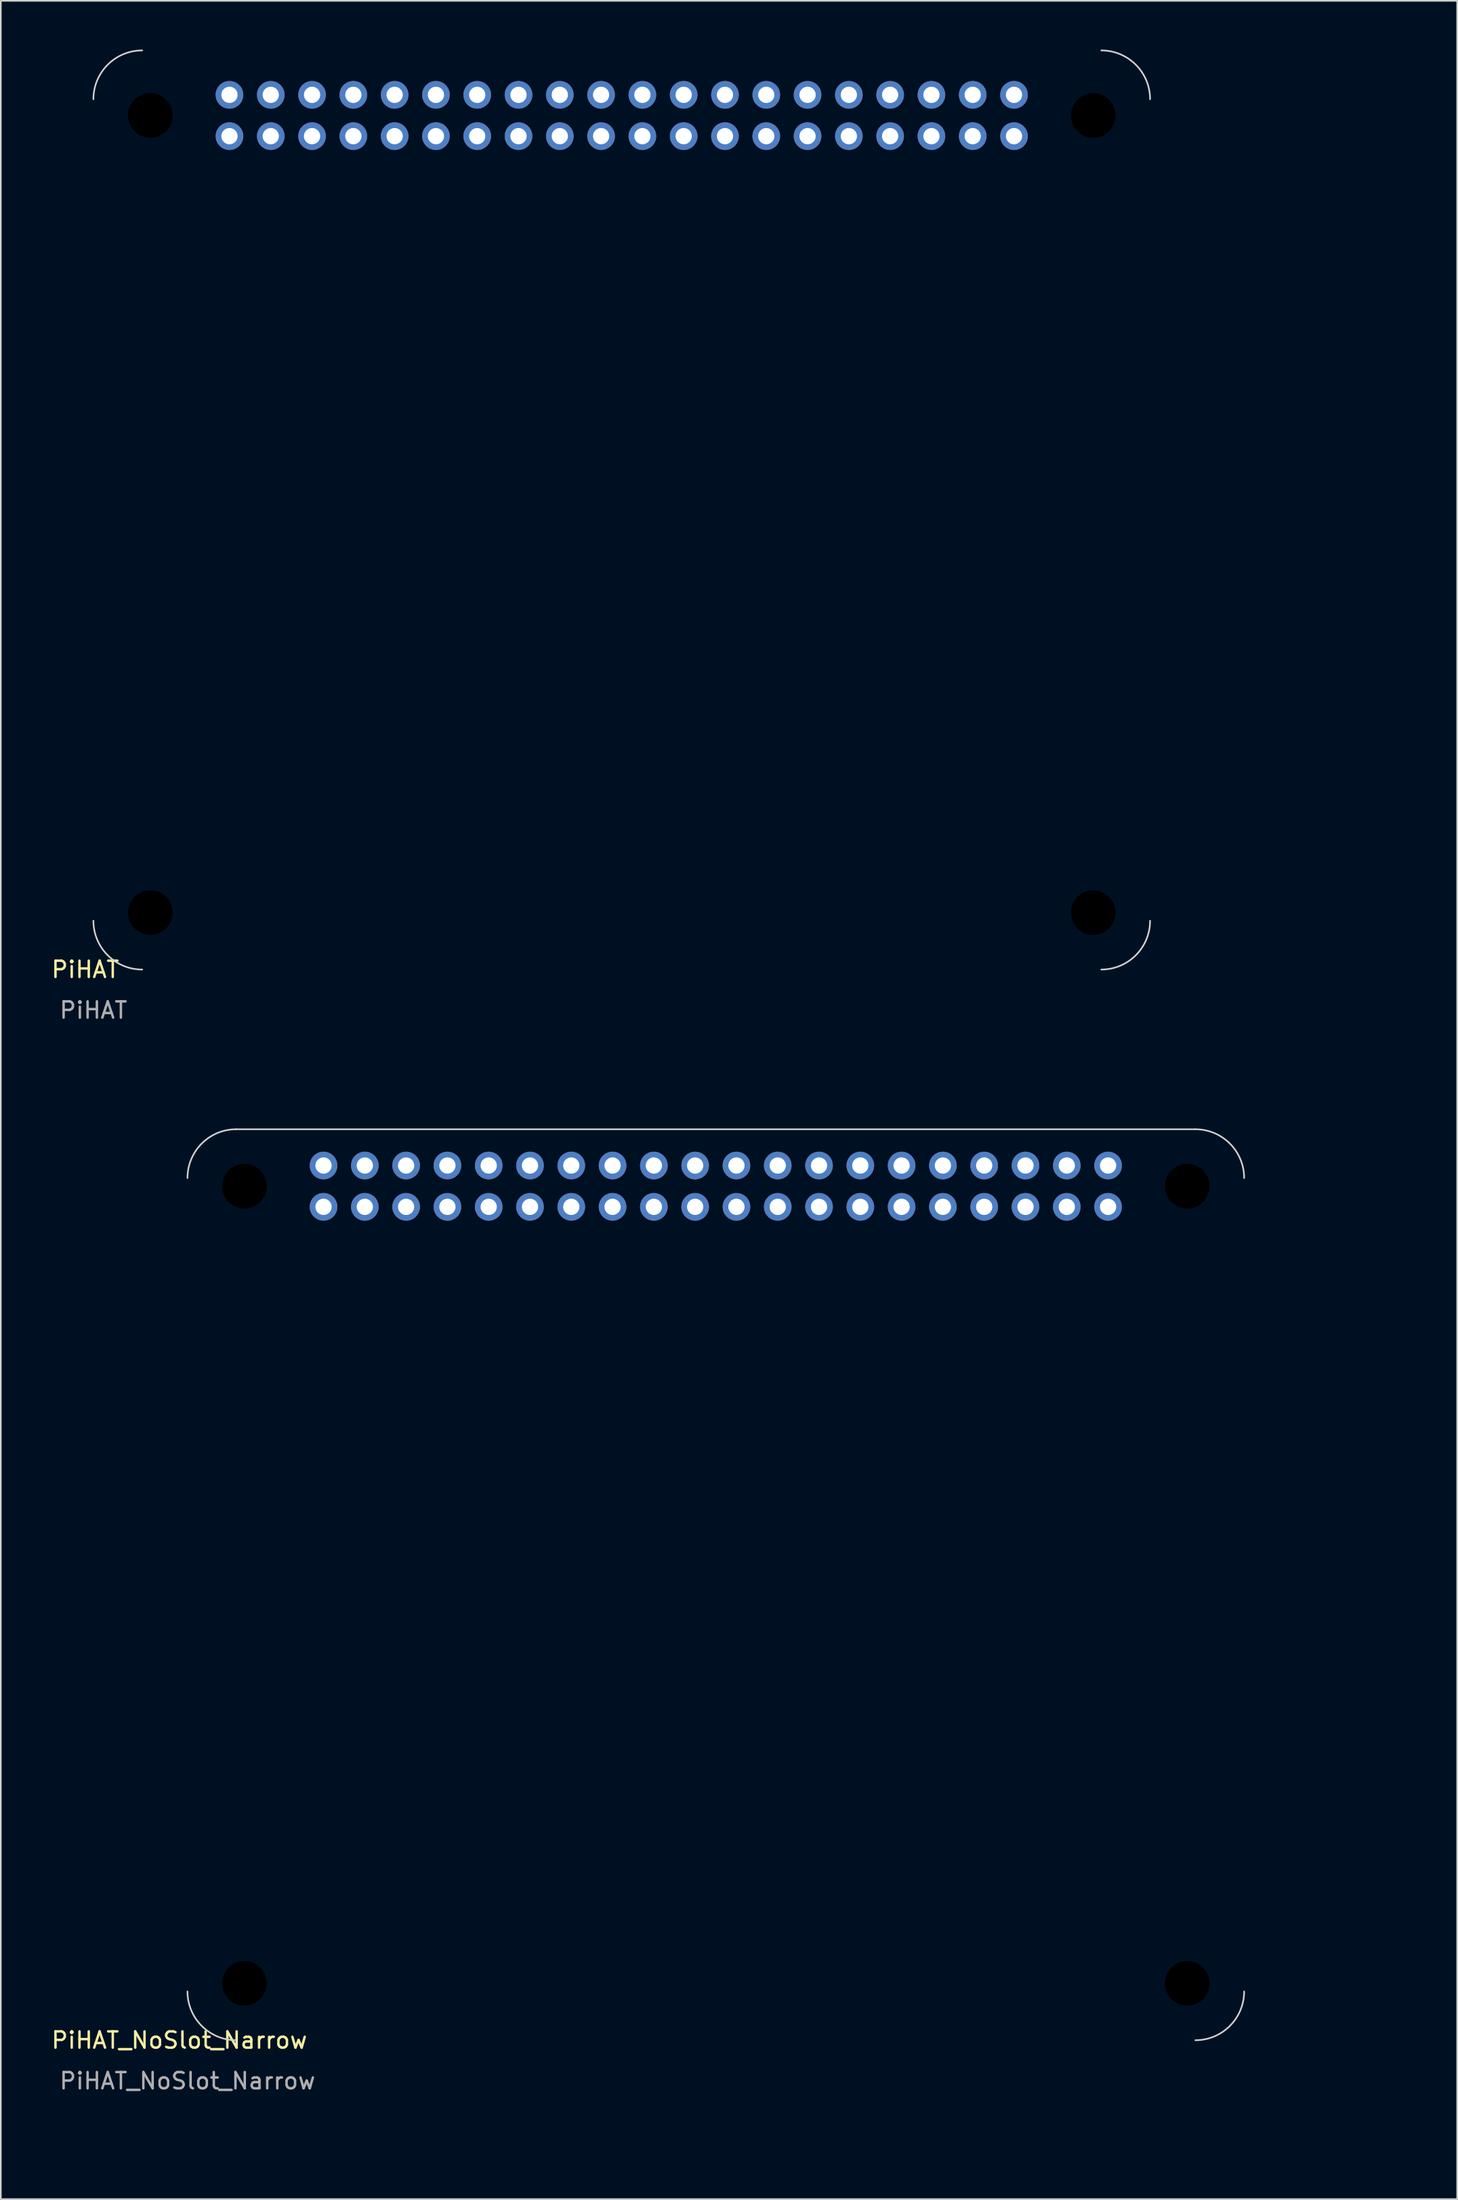
<source format=kicad_pcb>
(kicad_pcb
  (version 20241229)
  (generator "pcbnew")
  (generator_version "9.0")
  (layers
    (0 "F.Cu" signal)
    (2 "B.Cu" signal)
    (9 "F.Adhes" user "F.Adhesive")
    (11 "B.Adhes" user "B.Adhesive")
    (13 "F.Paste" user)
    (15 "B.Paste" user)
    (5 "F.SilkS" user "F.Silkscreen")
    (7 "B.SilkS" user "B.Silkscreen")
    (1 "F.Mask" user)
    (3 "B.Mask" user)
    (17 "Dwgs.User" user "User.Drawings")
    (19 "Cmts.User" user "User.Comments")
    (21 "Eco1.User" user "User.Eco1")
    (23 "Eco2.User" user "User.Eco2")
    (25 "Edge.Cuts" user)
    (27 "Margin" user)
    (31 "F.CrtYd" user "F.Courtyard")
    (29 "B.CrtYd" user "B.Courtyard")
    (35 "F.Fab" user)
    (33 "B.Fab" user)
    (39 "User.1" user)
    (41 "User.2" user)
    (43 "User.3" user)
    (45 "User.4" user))
  (footprint "PiHAT"
    (layer "F.Cu")
    (at 9.796 4.05)
    (property "Reference" "PiHAT" (at -7.6 52.5 0) (unlocked yes) (layer "F.SilkS") (effects (font (size 1 1) (thickness 0.15))))
    (attr through_hole)
    (fp_arc (start -7.1 -1) (mid -6.22132 -3.12132) (end -4.1 -4) (stroke (width 0.1) (type solid)) (layer "Edge.Cuts"))
    (fp_arc (start -4.1 52.5) (mid -6.22132 51.62132) (end -7.1 49.5) (stroke (width 0.1) (type solid)) (layer "Edge.Cuts"))
    (fp_arc (start 54.9 -4) (mid 57.02132 -3.12132) (end 57.9 -1) (stroke (width 0.1) (type solid)) (layer "Edge.Cuts"))
    (fp_arc (start 57.9 49.5) (mid 57.02132 51.62132) (end 54.9 52.5) (stroke (width 0.1) (type solid)) (layer "Edge.Cuts"))
    (fp_line (start -6.1 33) (end -3.1 33) (stroke (width 0.1) (type solid)) (layer "User.1"))
    (fp_line (start -3.1 16) (end -6.1 16) (stroke (width 0.1) (type solid)) (layer "User.1"))
    (fp_line (start -2.1 32) (end -2.1 17) (stroke (width 0.1) (type solid)) (layer "User.1"))
    (fp_line (start 37.9 33.5) (end 37.9 48.5) (stroke (width 2) (type solid)) (layer "User.1"))
    (fp_arc (start -7.1 34) (mid -6.807107 33.292894) (end -6.1 33) (stroke (width 0.1) (type solid)) (layer "User.1"))
    (fp_arc (start -6.1 16) (mid -6.807106 15.707107) (end -7.1 15) (stroke (width 0.1) (type solid)) (layer "User.1"))
    (fp_arc (start -3.1 16) (mid -2.392894 16.292893) (end -2.1 17) (stroke (width 0.1) (type solid)) (layer "User.1"))
    (fp_arc (start -2.1 32) (mid -2.392893 32.707106) (end -3.1 33) (stroke (width 0.1) (type solid)) (layer "User.1"))
    (fp_poly (pts (xy 56.94 8.68) (xy 51.86 8.68) (xy 51.86 3.6) (xy 56.94 3.6)) (stroke (width 0.12) (type solid)) (fill no) (layer "User.1"))
    (fp_text user "${REFERENCE}" (at -7.1 55 0) (unlocked yes) (layer "F.Fab") (effects (font (size 1 1) (thickness 0.15))))
    (fp_text user "Camera slot NPTH Mechanical Oval" (at 50.8 53.34 0) (unlocked yes) (layer "User.1") (effects (font (size 1 1) (thickness 0.15))))
    (fp_text user "w 2mm h 17mm" (at 45.72 58.42 0) (unlocked yes) (layer "User.1") (effects (font (size 1 1) (thickness 0.15))))
    (fp_text user "POE header" (at 63.5 5.08 0) (unlocked yes) (layer "User.1") (effects (font (size 1 1) (thickness 0.15))))
    (fp_text user "x 37.9mm y 41mm" (at 45.72 55.88 0) (unlocked yes) (layer "User.1") (effects (font (size 1 1) (thickness 0.15))))
    (pad "" np_thru_hole circle (at -3.6 0) (size 6.2 6.2) (drill 2.75) (layers "*.Mask"))
    (pad "" np_thru_hole circle (at -3.6 49) (size 6.2 6.2) (drill 2.75) (layers "*.Mask"))
    (pad "" np_thru_hole circle (at 54.4 0) (size 6.2 6.2) (drill 2.75) (layers "*.Mask"))
    (pad "" np_thru_hole circle (at 54.4 49) (size 6.2 6.2) (drill 2.75) (layers "*.Mask"))
    (pad "1" thru_hole circle (at 1.27 1.27) (size 1.7 1.7) (drill 1) (layers "*.Cu" "*.Mask"))
    (pad "2" thru_hole circle (at 1.27 -1.27) (size 1.7 1.7) (drill 1) (layers "*.Cu" "*.Mask"))
    (pad "3" thru_hole circle (at 3.81 1.27) (size 1.7 1.7) (drill 1) (layers "*.Cu" "*.Mask"))
    (pad "4" thru_hole circle (at 3.81 -1.27) (size 1.7 1.7) (drill 1) (layers "*.Cu" "*.Mask"))
    (pad "5" thru_hole circle (at 6.35 1.27) (size 1.7 1.7) (drill 1) (layers "*.Cu" "*.Mask"))
    (pad "6" thru_hole circle (at 6.35 -1.27) (size 1.7 1.7) (drill 1) (layers "*.Cu" "*.Mask"))
    (pad "7" thru_hole circle (at 8.89 1.27) (size 1.7 1.7) (drill 1) (layers "*.Cu" "*.Mask"))
    (pad "8" thru_hole circle (at 8.89 -1.27) (size 1.7 1.7) (drill 1) (layers "*.Cu" "*.Mask"))
    (pad "9" thru_hole circle (at 11.43 1.27) (size 1.7 1.7) (drill 1) (layers "*.Cu" "*.Mask"))
    (pad "10" thru_hole circle (at 11.43 -1.27) (size 1.7 1.7) (drill 1) (layers "*.Cu" "*.Mask"))
    (pad "11" thru_hole circle (at 13.97 1.27) (size 1.7 1.7) (drill 1) (layers "*.Cu" "*.Mask"))
    (pad "12" thru_hole circle (at 13.97 -1.27) (size 1.7 1.7) (drill 1) (layers "*.Cu" "*.Mask"))
    (pad "13" thru_hole circle (at 16.51 1.27) (size 1.7 1.7) (drill 1) (layers "*.Cu" "*.Mask"))
    (pad "14" thru_hole circle (at 16.51 -1.27) (size 1.7 1.7) (drill 1) (layers "*.Cu" "*.Mask"))
    (pad "15" thru_hole circle (at 19.05 1.27) (size 1.7 1.7) (drill 1) (layers "*.Cu" "*.Mask"))
    (pad "16" thru_hole circle (at 19.05 -1.27) (size 1.7 1.7) (drill 1) (layers "*.Cu" "*.Mask"))
    (pad "17" thru_hole circle (at 21.59 1.27) (size 1.7 1.7) (drill 1) (layers "*.Cu" "*.Mask"))
    (pad "18" thru_hole circle (at 21.59 -1.27) (size 1.7 1.7) (drill 1) (layers "*.Cu" "*.Mask"))
    (pad "19" thru_hole circle (at 24.13 1.27) (size 1.7 1.7) (drill 1) (layers "*.Cu" "*.Mask"))
    (pad "20" thru_hole circle (at 24.13 -1.27) (size 1.7 1.7) (drill 1) (layers "*.Cu" "*.Mask"))
    (pad "21" thru_hole circle (at 26.67 1.27) (size 1.7 1.7) (drill 1) (layers "*.Cu" "*.Mask"))
    (pad "22" thru_hole circle (at 26.67 -1.27) (size 1.7 1.7) (drill 1) (layers "*.Cu" "*.Mask"))
    (pad "23" thru_hole circle (at 29.21 1.27) (size 1.7 1.7) (drill 1) (layers "*.Cu" "*.Mask"))
    (pad "24" thru_hole circle (at 29.21 -1.27) (size 1.7 1.7) (drill 1) (layers "*.Cu" "*.Mask"))
    (pad "25" thru_hole circle (at 31.75 1.27) (size 1.7 1.7) (drill 1) (layers "*.Cu" "*.Mask"))
    (pad "26" thru_hole circle (at 31.75 -1.27) (size 1.7 1.7) (drill 1) (layers "*.Cu" "*.Mask"))
    (pad "27" thru_hole circle (at 34.29 1.27) (size 1.7 1.7) (drill 1) (layers "*.Cu" "*.Mask"))
    (pad "28" thru_hole circle (at 34.29 -1.27) (size 1.7 1.7) (drill 1) (layers "*.Cu" "*.Mask"))
    (pad "29" thru_hole circle (at 36.83 1.27) (size 1.7 1.7) (drill 1) (layers "*.Cu" "*.Mask"))
    (pad "30" thru_hole circle (at 36.83 -1.27) (size 1.7 1.7) (drill 1) (layers "*.Cu" "*.Mask"))
    (pad "31" thru_hole circle (at 39.37 1.27) (size 1.7 1.7) (drill 1) (layers "*.Cu" "*.Mask"))
    (pad "32" thru_hole circle (at 39.37 -1.27) (size 1.7 1.7) (drill 1) (layers "*.Cu" "*.Mask"))
    (pad "33" thru_hole circle (at 41.91 1.27) (size 1.7 1.7) (drill 1) (layers "*.Cu" "*.Mask"))
    (pad "34" thru_hole circle (at 41.91 -1.27) (size 1.7 1.7) (drill 1) (layers "*.Cu" "*.Mask"))
    (pad "35" thru_hole circle (at 44.45 1.27) (size 1.7 1.7) (drill 1) (layers "*.Cu" "*.Mask"))
    (pad "36" thru_hole circle (at 44.45 -1.27) (size 1.7 1.7) (drill 1) (layers "*.Cu" "*.Mask"))
    (pad "37" thru_hole circle (at 46.99 1.27) (size 1.7 1.7) (drill 1) (layers "*.Cu" "*.Mask"))
    (pad "38" thru_hole circle (at 46.99 -1.27) (size 1.7 1.7) (drill 1) (layers "*.Cu" "*.Mask"))
    (pad "39" thru_hole circle (at 49.53 1.27) (size 1.7 1.7) (drill 1) (layers "*.Cu" "*.Mask"))
    (pad "40" thru_hole circle (at 49.53 -1.27) (size 1.7 1.7) (drill 1) (layers "*.Cu" "*.Mask")))
  (footprint "PiHAT_NoSlot_Narrow"
    (layer "F.Cu")
    (at 15.582 69.868)
    (property "Reference" "PiHAT_NoSlot_Narrow" (at -7.6 52.5 0) (unlocked yes) (layer "F.SilkS") (effects (font (size 1 1) (thickness 0.15))))
    (attr through_hole)
    (fp_line (start -4.1 -3.5) (end 54.9 -3.5) (stroke (width 0.1) (type default)) (layer "Edge.Cuts"))
    (fp_arc (start -7.1 -0.5) (mid -6.22132 -2.62132) (end -4.1 -3.5) (stroke (width 0.1) (type solid)) (layer "Edge.Cuts"))
    (fp_arc (start -4.1 52.5) (mid -6.22132 51.62132) (end -7.1 49.5) (stroke (width 0.1) (type solid)) (layer "Edge.Cuts"))
    (fp_arc (start 54.9 -3.5) (mid 57.02132 -2.62132) (end 57.9 -0.5) (stroke (width 0.1) (type solid)) (layer "Edge.Cuts"))
    (fp_arc (start 57.9 49.5) (mid 57.02132 51.62132) (end 54.9 52.5) (stroke (width 0.1) (type solid)) (layer "Edge.Cuts"))
    (fp_poly (pts (xy 56.94 8.68) (xy 51.86 8.68) (xy 51.86 3.6) (xy 56.94 3.6)) (stroke (width 0.12) (type solid)) (fill no) (layer "User.1"))
    (fp_text user "${REFERENCE}" (at -7.1 55 0) (unlocked yes) (layer "F.Fab") (effects (font (size 1 1) (thickness 0.15))))
    (fp_text user "x 37.9mm y 41mm" (at 45.72 55.88 0) (unlocked yes) (layer "User.1") (effects (font (size 1 1) (thickness 0.15))))
    (fp_text user "POE header" (at 63.5 5.08 0) (unlocked yes) (layer "User.1") (effects (font (size 1 1) (thickness 0.15))))
    (fp_text user "w 2mm h 17mm" (at 45.72 58.42 0) (unlocked yes) (layer "User.1") (effects (font (size 1 1) (thickness 0.15))))
    (fp_text user "Camera slot NPTH Mechanical Oval" (at 50.8 53.34 0) (unlocked yes) (layer "User.1") (effects (font (size 1 1) (thickness 0.15))))
    (pad "" np_thru_hole circle (at -3.6 0) (size 6.2 6.2) (drill 2.75) (layers "*.Mask"))
    (pad "" np_thru_hole circle (at -3.6 49) (size 6.2 6.2) (drill 2.75) (layers "*.Mask"))
    (pad "" np_thru_hole circle (at 54.4 0) (size 6.2 6.2) (drill 2.75) (layers "*.Mask"))
    (pad "" np_thru_hole circle (at 54.4 49) (size 6.2 6.2) (drill 2.75) (layers "*.Mask"))
    (pad "1" thru_hole circle (at 1.27 1.27) (size 1.7 1.7) (drill 1) (layers "*.Cu" "*.Mask"))
    (pad "2" thru_hole circle (at 1.27 -1.27) (size 1.7 1.7) (drill 1) (layers "*.Cu" "*.Mask"))
    (pad "3" thru_hole circle (at 3.81 1.27) (size 1.7 1.7) (drill 1) (layers "*.Cu" "*.Mask"))
    (pad "4" thru_hole circle (at 3.81 -1.27) (size 1.7 1.7) (drill 1) (layers "*.Cu" "*.Mask"))
    (pad "5" thru_hole circle (at 6.35 1.27) (size 1.7 1.7) (drill 1) (layers "*.Cu" "*.Mask"))
    (pad "6" thru_hole circle (at 6.35 -1.27) (size 1.7 1.7) (drill 1) (layers "*.Cu" "*.Mask"))
    (pad "7" thru_hole circle (at 8.89 1.27) (size 1.7 1.7) (drill 1) (layers "*.Cu" "*.Mask"))
    (pad "8" thru_hole circle (at 8.89 -1.27) (size 1.7 1.7) (drill 1) (layers "*.Cu" "*.Mask"))
    (pad "9" thru_hole circle (at 11.43 1.27) (size 1.7 1.7) (drill 1) (layers "*.Cu" "*.Mask"))
    (pad "10" thru_hole circle (at 11.43 -1.27) (size 1.7 1.7) (drill 1) (layers "*.Cu" "*.Mask"))
    (pad "11" thru_hole circle (at 13.97 1.27) (size 1.7 1.7) (drill 1) (layers "*.Cu" "*.Mask"))
    (pad "12" thru_hole circle (at 13.97 -1.27) (size 1.7 1.7) (drill 1) (layers "*.Cu" "*.Mask"))
    (pad "13" thru_hole circle (at 16.51 1.27) (size 1.7 1.7) (drill 1) (layers "*.Cu" "*.Mask"))
    (pad "14" thru_hole circle (at 16.51 -1.27) (size 1.7 1.7) (drill 1) (layers "*.Cu" "*.Mask"))
    (pad "15" thru_hole circle (at 19.05 1.27) (size 1.7 1.7) (drill 1) (layers "*.Cu" "*.Mask"))
    (pad "16" thru_hole circle (at 19.05 -1.27) (size 1.7 1.7) (drill 1) (layers "*.Cu" "*.Mask"))
    (pad "17" thru_hole circle (at 21.59 1.27) (size 1.7 1.7) (drill 1) (layers "*.Cu" "*.Mask"))
    (pad "18" thru_hole circle (at 21.59 -1.27) (size 1.7 1.7) (drill 1) (layers "*.Cu" "*.Mask"))
    (pad "19" thru_hole circle (at 24.13 1.27) (size 1.7 1.7) (drill 1) (layers "*.Cu" "*.Mask"))
    (pad "20" thru_hole circle (at 24.13 -1.27) (size 1.7 1.7) (drill 1) (layers "*.Cu" "*.Mask"))
    (pad "21" thru_hole circle (at 26.67 1.27) (size 1.7 1.7) (drill 1) (layers "*.Cu" "*.Mask"))
    (pad "22" thru_hole circle (at 26.67 -1.27) (size 1.7 1.7) (drill 1) (layers "*.Cu" "*.Mask"))
    (pad "23" thru_hole circle (at 29.21 1.27) (size 1.7 1.7) (drill 1) (layers "*.Cu" "*.Mask"))
    (pad "24" thru_hole circle (at 29.21 -1.27) (size 1.7 1.7) (drill 1) (layers "*.Cu" "*.Mask"))
    (pad "25" thru_hole circle (at 31.75 1.27) (size 1.7 1.7) (drill 1) (layers "*.Cu" "*.Mask"))
    (pad "26" thru_hole circle (at 31.75 -1.27) (size 1.7 1.7) (drill 1) (layers "*.Cu" "*.Mask"))
    (pad "27" thru_hole circle (at 34.29 1.27) (size 1.7 1.7) (drill 1) (layers "*.Cu" "*.Mask"))
    (pad "28" thru_hole circle (at 34.29 -1.27) (size 1.7 1.7) (drill 1) (layers "*.Cu" "*.Mask"))
    (pad "29" thru_hole circle (at 36.83 1.27) (size 1.7 1.7) (drill 1) (layers "*.Cu" "*.Mask"))
    (pad "30" thru_hole circle (at 36.83 -1.27) (size 1.7 1.7) (drill 1) (layers "*.Cu" "*.Mask"))
    (pad "31" thru_hole circle (at 39.37 1.27) (size 1.7 1.7) (drill 1) (layers "*.Cu" "*.Mask"))
    (pad "32" thru_hole circle (at 39.37 -1.27) (size 1.7 1.7) (drill 1) (layers "*.Cu" "*.Mask"))
    (pad "33" thru_hole circle (at 41.91 1.27) (size 1.7 1.7) (drill 1) (layers "*.Cu" "*.Mask"))
    (pad "34" thru_hole circle (at 41.91 -1.27) (size 1.7 1.7) (drill 1) (layers "*.Cu" "*.Mask"))
    (pad "35" thru_hole circle (at 44.45 1.27) (size 1.7 1.7) (drill 1) (layers "*.Cu" "*.Mask"))
    (pad "36" thru_hole circle (at 44.45 -1.27) (size 1.7 1.7) (drill 1) (layers "*.Cu" "*.Mask"))
    (pad "37" thru_hole circle (at 46.99 1.27) (size 1.7 1.7) (drill 1) (layers "*.Cu" "*.Mask"))
    (pad "38" thru_hole circle (at 46.99 -1.27) (size 1.7 1.7) (drill 1) (layers "*.Cu" "*.Mask"))
    (pad "39" thru_hole circle (at 49.53 1.27) (size 1.7 1.7) (drill 1) (layers "*.Cu" "*.Mask"))
    (pad "40" thru_hole circle (at 49.53 -1.27) (size 1.7 1.7) (drill 1) (layers "*.Cu" "*.Mask")))
  (gr_rect
    (start -3 -3)
    (end 86.588 132.137)
    (stroke (width 0.1) (type default))
    (fill no)
    (layer "Edge.Cuts")))
</source>
